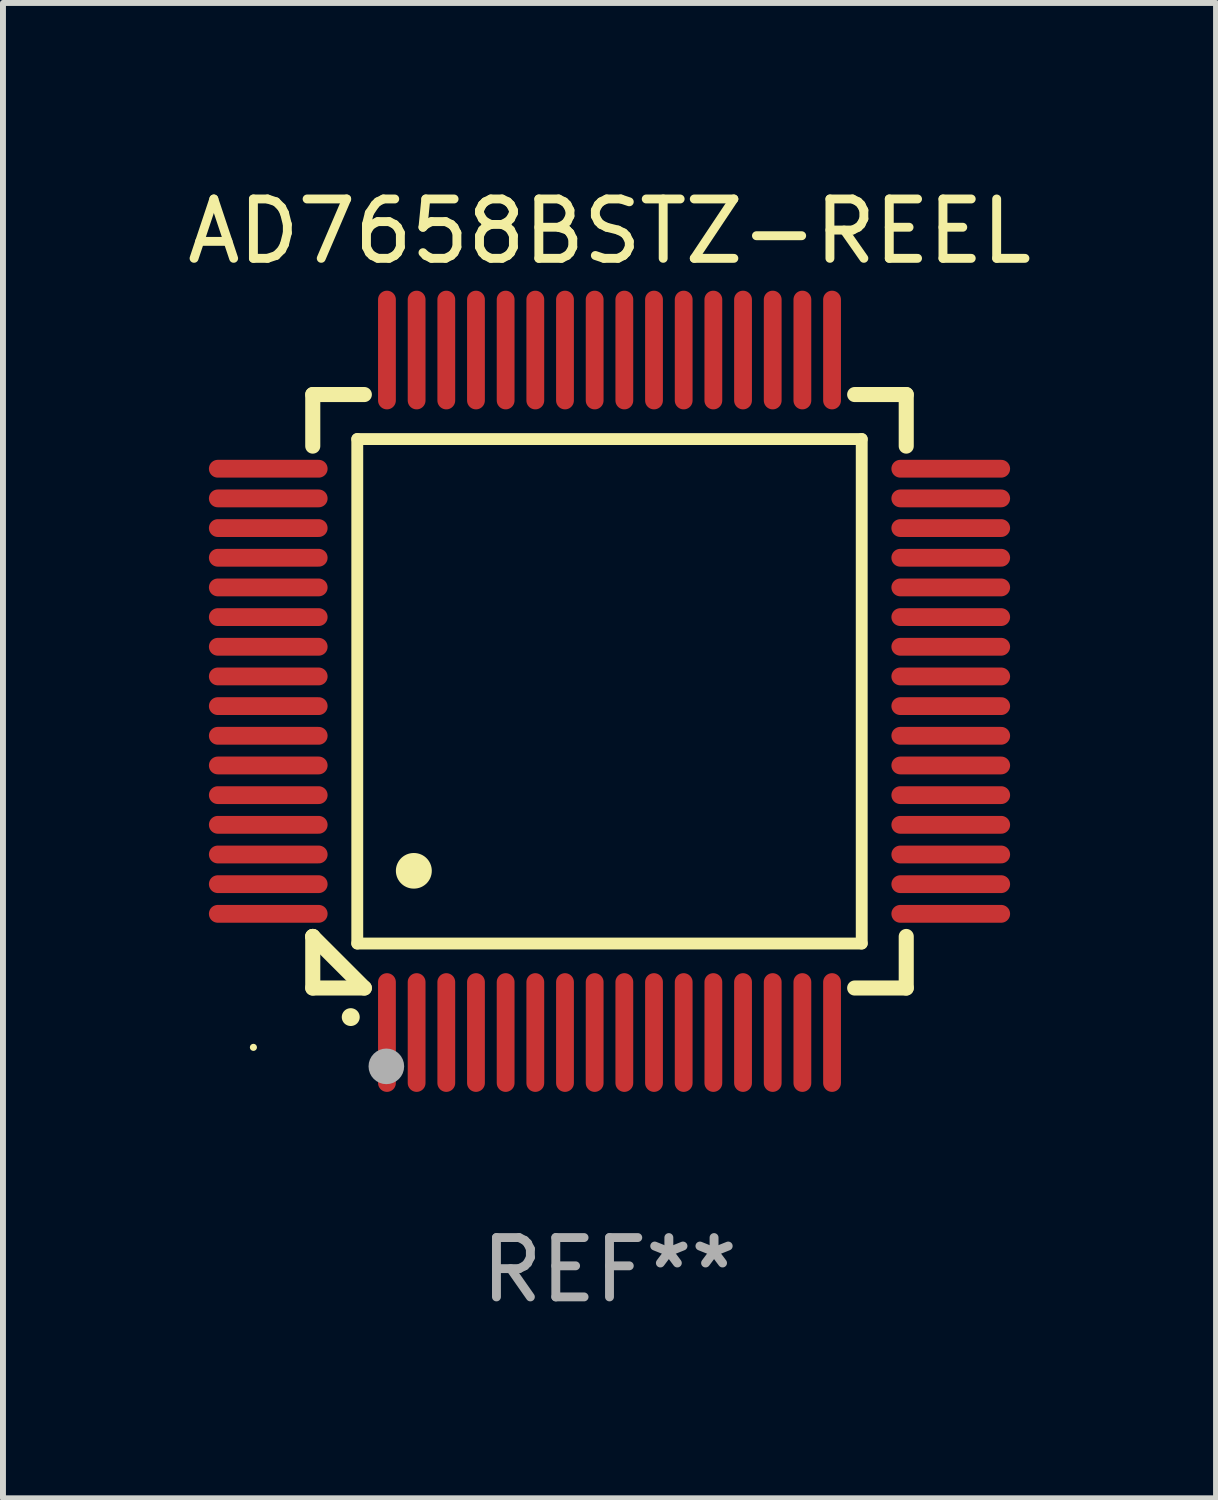
<source format=kicad_pcb>
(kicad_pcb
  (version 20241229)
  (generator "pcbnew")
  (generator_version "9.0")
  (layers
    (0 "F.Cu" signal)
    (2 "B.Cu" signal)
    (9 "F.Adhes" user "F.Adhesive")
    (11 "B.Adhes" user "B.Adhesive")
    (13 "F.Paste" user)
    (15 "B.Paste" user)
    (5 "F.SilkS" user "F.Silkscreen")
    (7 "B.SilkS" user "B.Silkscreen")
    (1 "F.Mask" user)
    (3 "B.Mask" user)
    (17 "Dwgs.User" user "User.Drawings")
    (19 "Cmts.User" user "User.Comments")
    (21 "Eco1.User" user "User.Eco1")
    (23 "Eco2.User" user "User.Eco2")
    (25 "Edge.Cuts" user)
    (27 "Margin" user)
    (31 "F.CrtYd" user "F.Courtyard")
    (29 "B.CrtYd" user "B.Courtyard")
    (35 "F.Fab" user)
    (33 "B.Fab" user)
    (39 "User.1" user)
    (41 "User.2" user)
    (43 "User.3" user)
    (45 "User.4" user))
  (footprint "AD7658BSTZ-REEL"
    (layer "F.Cu")
    (at 7.22 8.598)
    (property "Reference" "AD7658BSTZ-REEL" (at 0 -7.75 0) (layer "F.SilkS") (effects (font (size 1 1) (thickness 0.15))))
    (attr through_hole)
    (fp_line (start -5 -5) (end -4.131 -5) (stroke (width 0.254) (type solid)) (layer "F.SilkS"))
    (fp_line (start -5 -4.131) (end -5 -5) (stroke (width 0.254) (type solid)) (layer "F.SilkS"))
    (fp_line (start -5 4.131) (end -5 4.131) (stroke (width 0.254) (type solid)) (layer "F.SilkS"))
    (fp_line (start -5 5) (end -5 4.131) (stroke (width 0.254) (type solid)) (layer "F.SilkS"))
    (fp_line (start -5 4.131) (end -4.131 5) (stroke (width 0.254) (type solid)) (layer "F.SilkS"))
    (fp_line (start -4.25 -4.25) (end -4.25 4.25) (stroke (width 0.2) (type solid)) (layer "F.SilkS"))
    (fp_line (start -4.25 4.25) (end 4.25 4.25) (stroke (width 0.2) (type solid)) (layer "F.SilkS"))
    (fp_line (start -4.131 5) (end -5 5) (stroke (width 0.254) (type solid)) (layer "F.SilkS"))
    (fp_line (start 4.25 -4.25) (end -4.25 -4.25) (stroke (width 0.2) (type solid)) (layer "F.SilkS"))
    (fp_line (start 4.25 4.25) (end 4.25 -4.25) (stroke (width 0.2) (type solid)) (layer "F.SilkS"))
    (fp_line (start 5 -5) (end 4.131 -5) (stroke (width 0.254) (type solid)) (layer "F.SilkS"))
    (fp_line (start 5 -5) (end 5 -4.131) (stroke (width 0.254) (type solid)) (layer "F.SilkS"))
    (fp_line (start 5 4.131) (end 5 5) (stroke (width 0.254) (type solid)) (layer "F.SilkS"))
    (fp_line (start 5 5) (end 4.131 5) (stroke (width 0.254) (type solid)) (layer "F.SilkS"))
    (fp_arc (start -4.361265 5.489992) (mid -4.359995 5.489987) (end -4.358725 5.489992) (stroke (width 0.3) (type solid)) (layer "F.SilkS"))
    (fp_arc (start -3.299467 3.025146) (mid -3.296927 3.025135) (end -3.294387 3.025146) (stroke (width 0.6) (type solid)) (layer "F.SilkS"))
    (fp_circle (center -6 6) (end -5.97 6) (stroke (width 0.06) (type solid)) (fill no) (layer "F.SilkS"))
    (fp_circle (center -3.76 6.32) (end -3.61 6.32) (stroke (width 0.3) (type solid)) (fill no) (layer "F.Fab"))
    (fp_text user "REF**" (at 0 9.75 0) (layer "F.Fab") (effects (font (size 1 1) (thickness 0.15))))
    (pad "1" smd oval (at -3.75 5.75) (size 0.3 2) (layers "F.Cu" "F.Mask" "F.Paste"))
    (pad "2" smd oval (at -3.25 5.75) (size 0.3 2) (layers "F.Cu" "F.Mask" "F.Paste"))
    (pad "3" smd oval (at -2.75 5.75) (size 0.3 2) (layers "F.Cu" "F.Mask" "F.Paste"))
    (pad "4" smd oval (at -2.25 5.75) (size 0.3 2) (layers "F.Cu" "F.Mask" "F.Paste"))
    (pad "5" smd oval (at -1.75 5.75) (size 0.3 2) (layers "F.Cu" "F.Mask" "F.Paste"))
    (pad "6" smd oval (at -1.25 5.75) (size 0.3 2) (layers "F.Cu" "F.Mask" "F.Paste"))
    (pad "7" smd oval (at -0.75 5.75) (size 0.3 2) (layers "F.Cu" "F.Mask" "F.Paste"))
    (pad "8" smd oval (at -0.25 5.75) (size 0.3 2) (layers "F.Cu" "F.Mask" "F.Paste"))
    (pad "9" smd oval (at 0.25 5.75) (size 0.3 2) (layers "F.Cu" "F.Mask" "F.Paste"))
    (pad "10" smd oval (at 0.75 5.75) (size 0.3 2) (layers "F.Cu" "F.Mask" "F.Paste"))
    (pad "11" smd oval (at 1.25 5.75) (size 0.3 2) (layers "F.Cu" "F.Mask" "F.Paste"))
    (pad "12" smd oval (at 1.75 5.75) (size 0.3 2) (layers "F.Cu" "F.Mask" "F.Paste"))
    (pad "13" smd oval (at 2.25 5.75) (size 0.3 2) (layers "F.Cu" "F.Mask" "F.Paste"))
    (pad "14" smd oval (at 2.75 5.75) (size 0.3 2) (layers "F.Cu" "F.Mask" "F.Paste"))
    (pad "15" smd oval (at 3.25 5.75) (size 0.3 2) (layers "F.Cu" "F.Mask" "F.Paste"))
    (pad "16" smd oval (at 3.75 5.75) (size 0.3 2) (layers "F.Cu" "F.Mask" "F.Paste"))
    (pad "17" smd oval (at 5.75 3.75) (size 2 0.3) (layers "F.Cu" "F.Mask" "F.Paste"))
    (pad "18" smd oval (at 5.75 3.25) (size 2 0.3) (layers "F.Cu" "F.Mask" "F.Paste"))
    (pad "19" smd oval (at 5.75 2.75) (size 2 0.3) (layers "F.Cu" "F.Mask" "F.Paste"))
    (pad "20" smd oval (at 5.75 2.25) (size 2 0.3) (layers "F.Cu" "F.Mask" "F.Paste"))
    (pad "21" smd oval (at 5.75 1.75) (size 2 0.3) (layers "F.Cu" "F.Mask" "F.Paste"))
    (pad "22" smd oval (at 5.75 1.25) (size 2 0.3) (layers "F.Cu" "F.Mask" "F.Paste"))
    (pad "23" smd oval (at 5.75 0.75) (size 2 0.3) (layers "F.Cu" "F.Mask" "F.Paste"))
    (pad "24" smd oval (at 5.75 0.25) (size 2 0.3) (layers "F.Cu" "F.Mask" "F.Paste"))
    (pad "25" smd oval (at 5.75 -0.25) (size 2 0.3) (layers "F.Cu" "F.Mask" "F.Paste"))
    (pad "26" smd oval (at 5.75 -0.75) (size 2 0.3) (layers "F.Cu" "F.Mask" "F.Paste"))
    (pad "27" smd oval (at 5.75 -1.25) (size 2 0.3) (layers "F.Cu" "F.Mask" "F.Paste"))
    (pad "28" smd oval (at 5.75 -1.75) (size 2 0.3) (layers "F.Cu" "F.Mask" "F.Paste"))
    (pad "29" smd oval (at 5.75 -2.25) (size 2 0.3) (layers "F.Cu" "F.Mask" "F.Paste"))
    (pad "30" smd oval (at 5.75 -2.75) (size 2 0.3) (layers "F.Cu" "F.Mask" "F.Paste"))
    (pad "31" smd oval (at 5.75 -3.25) (size 2 0.3) (layers "F.Cu" "F.Mask" "F.Paste"))
    (pad "32" smd oval (at 5.75 -3.75) (size 2 0.3) (layers "F.Cu" "F.Mask" "F.Paste"))
    (pad "33" smd oval (at 3.75 -5.75) (size 0.3 2) (layers "F.Cu" "F.Mask" "F.Paste"))
    (pad "34" smd oval (at 3.25 -5.75) (size 0.3 2) (layers "F.Cu" "F.Mask" "F.Paste"))
    (pad "35" smd oval (at 2.75 -5.75) (size 0.3 2) (layers "F.Cu" "F.Mask" "F.Paste"))
    (pad "36" smd oval (at 2.25 -5.75) (size 0.3 2) (layers "F.Cu" "F.Mask" "F.Paste"))
    (pad "37" smd oval (at 1.75 -5.75) (size 0.3 2) (layers "F.Cu" "F.Mask" "F.Paste"))
    (pad "38" smd oval (at 1.25 -5.75) (size 0.3 2) (layers "F.Cu" "F.Mask" "F.Paste"))
    (pad "39" smd oval (at 0.75 -5.75) (size 0.3 2) (layers "F.Cu" "F.Mask" "F.Paste"))
    (pad "40" smd oval (at 0.25 -5.75) (size 0.3 2) (layers "F.Cu" "F.Mask" "F.Paste"))
    (pad "41" smd oval (at -0.25 -5.75) (size 0.3 2) (layers "F.Cu" "F.Mask" "F.Paste"))
    (pad "42" smd oval (at -0.75 -5.75) (size 0.3 2) (layers "F.Cu" "F.Mask" "F.Paste"))
    (pad "43" smd oval (at -1.25 -5.75) (size 0.3 2) (layers "F.Cu" "F.Mask" "F.Paste"))
    (pad "44" smd oval (at -1.75 -5.75) (size 0.3 2) (layers "F.Cu" "F.Mask" "F.Paste"))
    (pad "45" smd oval (at -2.25 -5.75) (size 0.3 2) (layers "F.Cu" "F.Mask" "F.Paste"))
    (pad "46" smd oval (at -2.75 -5.75) (size 0.3 2) (layers "F.Cu" "F.Mask" "F.Paste"))
    (pad "47" smd oval (at -3.25 -5.75) (size 0.3 2) (layers "F.Cu" "F.Mask" "F.Paste"))
    (pad "48" smd oval (at -3.75 -5.75) (size 0.3 2) (layers "F.Cu" "F.Mask" "F.Paste"))
    (pad "49" smd oval (at -5.75 -3.75) (size 2 0.3) (layers "F.Cu" "F.Mask" "F.Paste"))
    (pad "50" smd oval (at -5.75 -3.25) (size 2 0.3) (layers "F.Cu" "F.Mask" "F.Paste"))
    (pad "51" smd oval (at -5.75 -2.75) (size 2 0.3) (layers "F.Cu" "F.Mask" "F.Paste"))
    (pad "52" smd oval (at -5.75 -2.25) (size 2 0.3) (layers "F.Cu" "F.Mask" "F.Paste"))
    (pad "53" smd oval (at -5.75 -1.75) (size 2 0.3) (layers "F.Cu" "F.Mask" "F.Paste"))
    (pad "54" smd oval (at -5.75 -1.25) (size 2 0.3) (layers "F.Cu" "F.Mask" "F.Paste"))
    (pad "55" smd oval (at -5.75 -0.75) (size 2 0.3) (layers "F.Cu" "F.Mask" "F.Paste"))
    (pad "56" smd oval (at -5.75 -0.25) (size 2 0.3) (layers "F.Cu" "F.Mask" "F.Paste"))
    (pad "57" smd oval (at -5.75 0.25) (size 2 0.3) (layers "F.Cu" "F.Mask" "F.Paste"))
    (pad "58" smd oval (at -5.75 0.75) (size 2 0.3) (layers "F.Cu" "F.Mask" "F.Paste"))
    (pad "59" smd oval (at -5.75 1.25) (size 2 0.3) (layers "F.Cu" "F.Mask" "F.Paste"))
    (pad "60" smd oval (at -5.75 1.75) (size 2 0.3) (layers "F.Cu" "F.Mask" "F.Paste"))
    (pad "61" smd oval (at -5.75 2.25) (size 2 0.3) (layers "F.Cu" "F.Mask" "F.Paste"))
    (pad "62" smd oval (at -5.75 2.75) (size 2 0.3) (layers "F.Cu" "F.Mask" "F.Paste"))
    (pad "63" smd oval (at -5.75 3.25) (size 2 0.3) (layers "F.Cu" "F.Mask" "F.Paste"))
    (pad "64" smd oval (at -5.75 3.75) (size 2 0.3) (layers "F.Cu" "F.Mask" "F.Paste")))
  (gr_rect
    (start -3 -3)
    (end 17.44 22.196)
    (stroke (width 0.1) (type default))
    (fill no)
    (layer "Edge.Cuts")))
</source>
